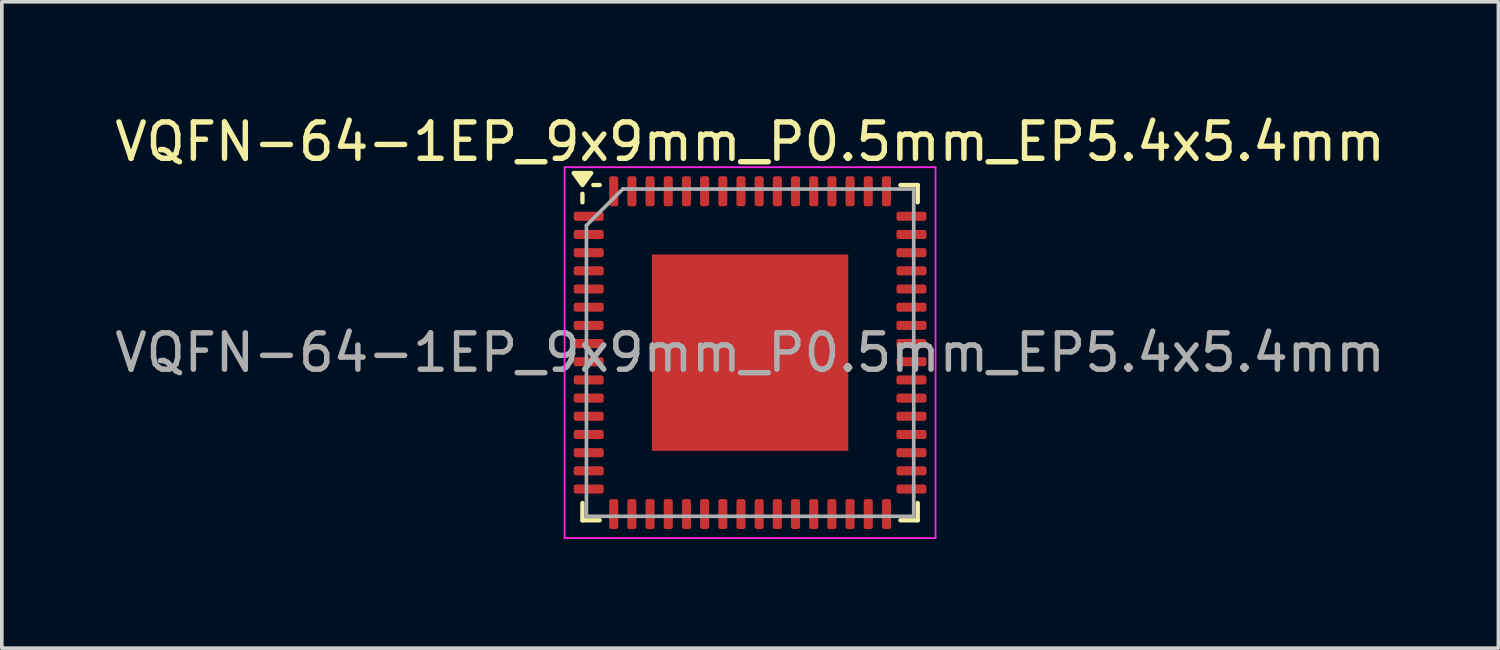
<source format=kicad_pcb>
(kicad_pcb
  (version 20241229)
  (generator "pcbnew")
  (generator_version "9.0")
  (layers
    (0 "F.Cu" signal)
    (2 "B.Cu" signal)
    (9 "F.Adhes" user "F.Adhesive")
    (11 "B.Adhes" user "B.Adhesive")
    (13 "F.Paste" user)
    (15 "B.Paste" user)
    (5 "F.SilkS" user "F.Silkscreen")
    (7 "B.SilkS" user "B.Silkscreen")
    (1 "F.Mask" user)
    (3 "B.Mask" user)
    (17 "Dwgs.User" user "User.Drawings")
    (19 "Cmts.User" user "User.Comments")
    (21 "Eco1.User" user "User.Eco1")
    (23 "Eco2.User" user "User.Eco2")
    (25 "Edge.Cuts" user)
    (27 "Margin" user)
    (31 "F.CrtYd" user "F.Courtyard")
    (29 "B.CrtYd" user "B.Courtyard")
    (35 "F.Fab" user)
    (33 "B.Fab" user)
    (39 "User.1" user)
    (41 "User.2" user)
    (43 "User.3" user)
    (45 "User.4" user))
  (footprint "VQFN-64-1EP_9x9mm_P0.5mm_EP5.4x5.4mm"
    (layer "F.Cu")
    (at 17.577 6.648)
    (property "Reference" "VQFN-64-1EP_9x9mm_P0.5mm_EP5.4x5.4mm" (at 0 -5.8 0) (layer "F.SilkS") (effects (font (size 1 1) (thickness 0.15))))
    (attr smd)
    (fp_line (start -4.61 -4.135) (end -4.61 -4.37) (stroke (width 0.12) (type solid)) (layer "F.SilkS"))
    (fp_line (start -4.61 4.61) (end -4.61 4.135) (stroke (width 0.12) (type solid)) (layer "F.SilkS"))
    (fp_line (start -4.135 -4.61) (end -4.31 -4.61) (stroke (width 0.12) (type solid)) (layer "F.SilkS"))
    (fp_line (start -4.135 4.61) (end -4.61 4.61) (stroke (width 0.12) (type solid)) (layer "F.SilkS"))
    (fp_line (start 4.135 -4.61) (end 4.61 -4.61) (stroke (width 0.12) (type solid)) (layer "F.SilkS"))
    (fp_line (start 4.135 4.61) (end 4.61 4.61) (stroke (width 0.12) (type solid)) (layer "F.SilkS"))
    (fp_line (start 4.61 -4.61) (end 4.61 -4.135) (stroke (width 0.12) (type solid)) (layer "F.SilkS"))
    (fp_line (start 4.61 4.61) (end 4.61 4.135) (stroke (width 0.12) (type solid)) (layer "F.SilkS"))
    (fp_poly (pts (xy -4.61 -4.61) (xy -4.85 -4.94) (xy -4.37 -4.94) (xy -4.61 -4.61)) (stroke (width 0.12) (type solid)) (fill yes) (layer "F.SilkS"))
    (fp_line (start -5.1 -5.1) (end -5.1 5.1) (stroke (width 0.05) (type solid)) (layer "F.CrtYd"))
    (fp_line (start -5.1 5.1) (end 5.1 5.1) (stroke (width 0.05) (type solid)) (layer "F.CrtYd"))
    (fp_line (start 5.1 -5.1) (end -5.1 -5.1) (stroke (width 0.05) (type solid)) (layer "F.CrtYd"))
    (fp_line (start 5.1 5.1) (end 5.1 -5.1) (stroke (width 0.05) (type solid)) (layer "F.CrtYd"))
    (fp_line (start -4.5 -3.5) (end -3.5 -4.5) (stroke (width 0.1) (type solid)) (layer "F.Fab"))
    (fp_line (start -4.5 4.5) (end -4.5 -3.5) (stroke (width 0.1) (type solid)) (layer "F.Fab"))
    (fp_line (start -3.5 -4.5) (end 4.5 -4.5) (stroke (width 0.1) (type solid)) (layer "F.Fab"))
    (fp_line (start 4.5 -4.5) (end 4.5 4.5) (stroke (width 0.1) (type solid)) (layer "F.Fab"))
    (fp_line (start 4.5 4.5) (end -4.5 4.5) (stroke (width 0.1) (type solid)) (layer "F.Fab"))
    (fp_text user "${REFERENCE}" (at 0 0 0) (layer "F.Fab") (effects (font (size 1 1) (thickness 0.15))))
    (pad "" smd roundrect (at -1.8 -1.8) (size 1.45 1.45) (layers "F.Paste") (roundrect_rratio 0.172))
    (pad "" smd roundrect (at -1.8 0) (size 1.45 1.45) (layers "F.Paste") (roundrect_rratio 0.172))
    (pad "" smd roundrect (at -1.8 1.8) (size 1.45 1.45) (layers "F.Paste") (roundrect_rratio 0.172))
    (pad "" smd roundrect (at 0 -1.8) (size 1.45 1.45) (layers "F.Paste") (roundrect_rratio 0.172))
    (pad "" smd roundrect (at 0 0) (size 1.45 1.45) (layers "F.Paste") (roundrect_rratio 0.172))
    (pad "" smd roundrect (at 0 1.8) (size 1.45 1.45) (layers "F.Paste") (roundrect_rratio 0.172))
    (pad "" smd roundrect (at 1.8 -1.8) (size 1.45 1.45) (layers "F.Paste") (roundrect_rratio 0.172))
    (pad "" smd roundrect (at 1.8 0) (size 1.45 1.45) (layers "F.Paste") (roundrect_rratio 0.172))
    (pad "" smd roundrect (at 1.8 1.8) (size 1.45 1.45) (layers "F.Paste") (roundrect_rratio 0.172))
    (pad "1" smd roundrect (at -4.438 -3.75) (size 0.825 0.25) (layers "F.Cu" "F.Mask" "F.Paste") (roundrect_rratio 0.25))
    (pad "2" smd roundrect (at -4.438 -3.25) (size 0.825 0.25) (layers "F.Cu" "F.Mask" "F.Paste") (roundrect_rratio 0.25))
    (pad "3" smd roundrect (at -4.438 -2.75) (size 0.825 0.25) (layers "F.Cu" "F.Mask" "F.Paste") (roundrect_rratio 0.25))
    (pad "4" smd roundrect (at -4.438 -2.25) (size 0.825 0.25) (layers "F.Cu" "F.Mask" "F.Paste") (roundrect_rratio 0.25))
    (pad "5" smd roundrect (at -4.438 -1.75) (size 0.825 0.25) (layers "F.Cu" "F.Mask" "F.Paste") (roundrect_rratio 0.25))
    (pad "6" smd roundrect (at -4.438 -1.25) (size 0.825 0.25) (layers "F.Cu" "F.Mask" "F.Paste") (roundrect_rratio 0.25))
    (pad "7" smd roundrect (at -4.438 -0.75) (size 0.825 0.25) (layers "F.Cu" "F.Mask" "F.Paste") (roundrect_rratio 0.25))
    (pad "8" smd roundrect (at -4.438 -0.25) (size 0.825 0.25) (layers "F.Cu" "F.Mask" "F.Paste") (roundrect_rratio 0.25))
    (pad "9" smd roundrect (at -4.438 0.25) (size 0.825 0.25) (layers "F.Cu" "F.Mask" "F.Paste") (roundrect_rratio 0.25))
    (pad "10" smd roundrect (at -4.438 0.75) (size 0.825 0.25) (layers "F.Cu" "F.Mask" "F.Paste") (roundrect_rratio 0.25))
    (pad "11" smd roundrect (at -4.438 1.25) (size 0.825 0.25) (layers "F.Cu" "F.Mask" "F.Paste") (roundrect_rratio 0.25))
    (pad "12" smd roundrect (at -4.438 1.75) (size 0.825 0.25) (layers "F.Cu" "F.Mask" "F.Paste") (roundrect_rratio 0.25))
    (pad "13" smd roundrect (at -4.438 2.25) (size 0.825 0.25) (layers "F.Cu" "F.Mask" "F.Paste") (roundrect_rratio 0.25))
    (pad "14" smd roundrect (at -4.438 2.75) (size 0.825 0.25) (layers "F.Cu" "F.Mask" "F.Paste") (roundrect_rratio 0.25))
    (pad "15" smd roundrect (at -4.438 3.25) (size 0.825 0.25) (layers "F.Cu" "F.Mask" "F.Paste") (roundrect_rratio 0.25))
    (pad "16" smd roundrect (at -4.438 3.75) (size 0.825 0.25) (layers "F.Cu" "F.Mask" "F.Paste") (roundrect_rratio 0.25))
    (pad "17" smd roundrect (at -3.75 4.438) (size 0.25 0.825) (layers "F.Cu" "F.Mask" "F.Paste") (roundrect_rratio 0.25))
    (pad "18" smd roundrect (at -3.25 4.438) (size 0.25 0.825) (layers "F.Cu" "F.Mask" "F.Paste") (roundrect_rratio 0.25))
    (pad "19" smd roundrect (at -2.75 4.438) (size 0.25 0.825) (layers "F.Cu" "F.Mask" "F.Paste") (roundrect_rratio 0.25))
    (pad "20" smd roundrect (at -2.25 4.438) (size 0.25 0.825) (layers "F.Cu" "F.Mask" "F.Paste") (roundrect_rratio 0.25))
    (pad "21" smd roundrect (at -1.75 4.438) (size 0.25 0.825) (layers "F.Cu" "F.Mask" "F.Paste") (roundrect_rratio 0.25))
    (pad "22" smd roundrect (at -1.25 4.438) (size 0.25 0.825) (layers "F.Cu" "F.Mask" "F.Paste") (roundrect_rratio 0.25))
    (pad "23" smd roundrect (at -0.75 4.438) (size 0.25 0.825) (layers "F.Cu" "F.Mask" "F.Paste") (roundrect_rratio 0.25))
    (pad "24" smd roundrect (at -0.25 4.438) (size 0.25 0.825) (layers "F.Cu" "F.Mask" "F.Paste") (roundrect_rratio 0.25))
    (pad "25" smd roundrect (at 0.25 4.438) (size 0.25 0.825) (layers "F.Cu" "F.Mask" "F.Paste") (roundrect_rratio 0.25))
    (pad "26" smd roundrect (at 0.75 4.438) (size 0.25 0.825) (layers "F.Cu" "F.Mask" "F.Paste") (roundrect_rratio 0.25))
    (pad "27" smd roundrect (at 1.25 4.438) (size 0.25 0.825) (layers "F.Cu" "F.Mask" "F.Paste") (roundrect_rratio 0.25))
    (pad "28" smd roundrect (at 1.75 4.438) (size 0.25 0.825) (layers "F.Cu" "F.Mask" "F.Paste") (roundrect_rratio 0.25))
    (pad "29" smd roundrect (at 2.25 4.438) (size 0.25 0.825) (layers "F.Cu" "F.Mask" "F.Paste") (roundrect_rratio 0.25))
    (pad "30" smd roundrect (at 2.75 4.438) (size 0.25 0.825) (layers "F.Cu" "F.Mask" "F.Paste") (roundrect_rratio 0.25))
    (pad "31" smd roundrect (at 3.25 4.438) (size 0.25 0.825) (layers "F.Cu" "F.Mask" "F.Paste") (roundrect_rratio 0.25))
    (pad "32" smd roundrect (at 3.75 4.438) (size 0.25 0.825) (layers "F.Cu" "F.Mask" "F.Paste") (roundrect_rratio 0.25))
    (pad "33" smd roundrect (at 4.438 3.75) (size 0.825 0.25) (layers "F.Cu" "F.Mask" "F.Paste") (roundrect_rratio 0.25))
    (pad "34" smd roundrect (at 4.438 3.25) (size 0.825 0.25) (layers "F.Cu" "F.Mask" "F.Paste") (roundrect_rratio 0.25))
    (pad "35" smd roundrect (at 4.438 2.75) (size 0.825 0.25) (layers "F.Cu" "F.Mask" "F.Paste") (roundrect_rratio 0.25))
    (pad "36" smd roundrect (at 4.438 2.25) (size 0.825 0.25) (layers "F.Cu" "F.Mask" "F.Paste") (roundrect_rratio 0.25))
    (pad "37" smd roundrect (at 4.438 1.75) (size 0.825 0.25) (layers "F.Cu" "F.Mask" "F.Paste") (roundrect_rratio 0.25))
    (pad "38" smd roundrect (at 4.438 1.25) (size 0.825 0.25) (layers "F.Cu" "F.Mask" "F.Paste") (roundrect_rratio 0.25))
    (pad "39" smd roundrect (at 4.438 0.75) (size 0.825 0.25) (layers "F.Cu" "F.Mask" "F.Paste") (roundrect_rratio 0.25))
    (pad "40" smd roundrect (at 4.438 0.25) (size 0.825 0.25) (layers "F.Cu" "F.Mask" "F.Paste") (roundrect_rratio 0.25))
    (pad "41" smd roundrect (at 4.438 -0.25) (size 0.825 0.25) (layers "F.Cu" "F.Mask" "F.Paste") (roundrect_rratio 0.25))
    (pad "42" smd roundrect (at 4.438 -0.75) (size 0.825 0.25) (layers "F.Cu" "F.Mask" "F.Paste") (roundrect_rratio 0.25))
    (pad "43" smd roundrect (at 4.438 -1.25) (size 0.825 0.25) (layers "F.Cu" "F.Mask" "F.Paste") (roundrect_rratio 0.25))
    (pad "44" smd roundrect (at 4.438 -1.75) (size 0.825 0.25) (layers "F.Cu" "F.Mask" "F.Paste") (roundrect_rratio 0.25))
    (pad "45" smd roundrect (at 4.438 -2.25) (size 0.825 0.25) (layers "F.Cu" "F.Mask" "F.Paste") (roundrect_rratio 0.25))
    (pad "46" smd roundrect (at 4.438 -2.75) (size 0.825 0.25) (layers "F.Cu" "F.Mask" "F.Paste") (roundrect_rratio 0.25))
    (pad "47" smd roundrect (at 4.438 -3.25) (size 0.825 0.25) (layers "F.Cu" "F.Mask" "F.Paste") (roundrect_rratio 0.25))
    (pad "48" smd roundrect (at 4.438 -3.75) (size 0.825 0.25) (layers "F.Cu" "F.Mask" "F.Paste") (roundrect_rratio 0.25))
    (pad "49" smd roundrect (at 3.75 -4.438) (size 0.25 0.825) (layers "F.Cu" "F.Mask" "F.Paste") (roundrect_rratio 0.25))
    (pad "50" smd roundrect (at 3.25 -4.438) (size 0.25 0.825) (layers "F.Cu" "F.Mask" "F.Paste") (roundrect_rratio 0.25))
    (pad "51" smd roundrect (at 2.75 -4.438) (size 0.25 0.825) (layers "F.Cu" "F.Mask" "F.Paste") (roundrect_rratio 0.25))
    (pad "52" smd roundrect (at 2.25 -4.438) (size 0.25 0.825) (layers "F.Cu" "F.Mask" "F.Paste") (roundrect_rratio 0.25))
    (pad "53" smd roundrect (at 1.75 -4.438) (size 0.25 0.825) (layers "F.Cu" "F.Mask" "F.Paste") (roundrect_rratio 0.25))
    (pad "54" smd roundrect (at 1.25 -4.438) (size 0.25 0.825) (layers "F.Cu" "F.Mask" "F.Paste") (roundrect_rratio 0.25))
    (pad "55" smd roundrect (at 0.75 -4.438) (size 0.25 0.825) (layers "F.Cu" "F.Mask" "F.Paste") (roundrect_rratio 0.25))
    (pad "56" smd roundrect (at 0.25 -4.438) (size 0.25 0.825) (layers "F.Cu" "F.Mask" "F.Paste") (roundrect_rratio 0.25))
    (pad "57" smd roundrect (at -0.25 -4.438) (size 0.25 0.825) (layers "F.Cu" "F.Mask" "F.Paste") (roundrect_rratio 0.25))
    (pad "58" smd roundrect (at -0.75 -4.438) (size 0.25 0.825) (layers "F.Cu" "F.Mask" "F.Paste") (roundrect_rratio 0.25))
    (pad "59" smd roundrect (at -1.25 -4.438) (size 0.25 0.825) (layers "F.Cu" "F.Mask" "F.Paste") (roundrect_rratio 0.25))
    (pad "60" smd roundrect (at -1.75 -4.438) (size 0.25 0.825) (layers "F.Cu" "F.Mask" "F.Paste") (roundrect_rratio 0.25))
    (pad "61" smd roundrect (at -2.25 -4.438) (size 0.25 0.825) (layers "F.Cu" "F.Mask" "F.Paste") (roundrect_rratio 0.25))
    (pad "62" smd roundrect (at -2.75 -4.438) (size 0.25 0.825) (layers "F.Cu" "F.Mask" "F.Paste") (roundrect_rratio 0.25))
    (pad "63" smd roundrect (at -3.25 -4.438) (size 0.25 0.825) (layers "F.Cu" "F.Mask" "F.Paste") (roundrect_rratio 0.25))
    (pad "64" smd roundrect (at -3.75 -4.438) (size 0.25 0.825) (layers "F.Cu" "F.Mask" "F.Paste") (roundrect_rratio 0.25))
    (pad "65" smd rect (at 0 0) (size 5.4 5.4) (property pad_prop_heatsink) (layers "F.Cu" "F.Mask")))
  (gr_rect
    (start -3 -3)
    (end 38.155 14.773)
    (stroke (width 0.1) (type default))
    (fill no)
    (layer "Edge.Cuts")))
</source>
